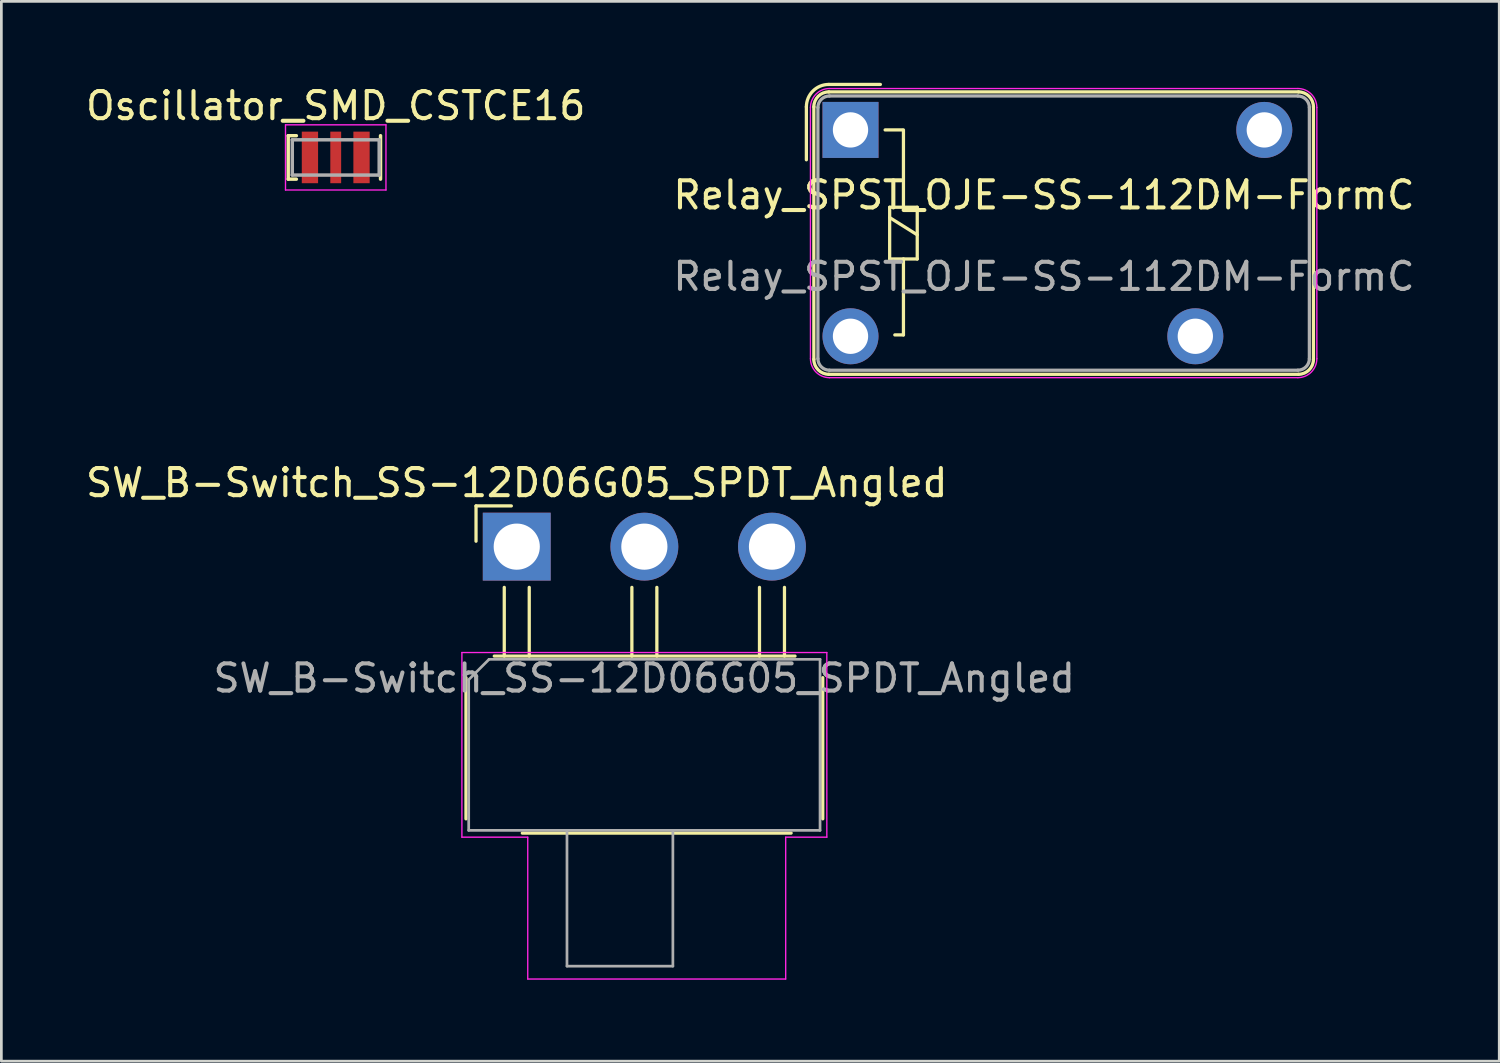
<source format=kicad_pcb>
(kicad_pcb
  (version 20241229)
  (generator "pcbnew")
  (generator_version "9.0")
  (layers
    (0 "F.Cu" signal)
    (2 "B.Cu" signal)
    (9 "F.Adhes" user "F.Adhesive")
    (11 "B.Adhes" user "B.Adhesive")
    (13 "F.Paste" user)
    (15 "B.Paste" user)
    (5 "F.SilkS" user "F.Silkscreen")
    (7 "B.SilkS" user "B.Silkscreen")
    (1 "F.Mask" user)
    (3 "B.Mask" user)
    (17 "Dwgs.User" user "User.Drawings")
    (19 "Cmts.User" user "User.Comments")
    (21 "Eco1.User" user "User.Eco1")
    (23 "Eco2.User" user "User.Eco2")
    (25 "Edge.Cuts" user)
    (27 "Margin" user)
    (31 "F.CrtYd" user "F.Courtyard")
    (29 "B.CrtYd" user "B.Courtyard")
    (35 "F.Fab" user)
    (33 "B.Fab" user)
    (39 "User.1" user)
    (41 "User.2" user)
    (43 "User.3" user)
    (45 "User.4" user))
  (footprint "Oscillator_SMD_CSTCE16"
    (layer "F.Cu")
    (at 9.315 2.748)
    (property "Reference" "Oscillator_SMD_CSTCE16" (at 0 -1.9 0) (layer "F.SilkS") (effects (font (size 1 1) (thickness 0.15))))
    (attr smd)
    (fp_line (start -1.75 0.8) (end -1.75 -0.8) (stroke (width 0.127) (type solid)) (layer "F.SilkS"))
    (fp_line (start -1.75 0.8) (end -1.45 0.8) (stroke (width 0.127) (type solid)) (layer "F.SilkS"))
    (fp_line (start -1.45 -0.8) (end -1.75 -0.8) (stroke (width 0.127) (type solid)) (layer "F.SilkS"))
    (fp_line (start 1.65 -0.8) (end 1.65 0.8) (stroke (width 0.127) (type solid)) (layer "F.SilkS"))
    (fp_line (start -1.85 -1.2) (end 1.85 -1.2) (stroke (width 0.05) (type solid)) (layer "F.CrtYd"))
    (fp_line (start -1.85 1.2) (end -1.85 -1.2) (stroke (width 0.05) (type solid)) (layer "F.CrtYd"))
    (fp_line (start 1.85 -1.2) (end 1.85 1.2) (stroke (width 0.05) (type solid)) (layer "F.CrtYd"))
    (fp_line (start 1.85 1.2) (end -1.85 1.2) (stroke (width 0.05) (type solid)) (layer "F.CrtYd"))
    (fp_line (start -1.6 -0.65) (end 1.6 -0.65) (stroke (width 0.127) (type solid)) (layer "F.Fab"))
    (fp_line (start -1.6 0.65) (end -1.6 -0.65) (stroke (width 0.127) (type solid)) (layer "F.Fab"))
    (fp_line (start 1.6 -0.65) (end 1.6 0.65) (stroke (width 0.127) (type solid)) (layer "F.Fab"))
    (fp_line (start 1.6 0.65) (end -1.6 0.65) (stroke (width 0.127) (type solid)) (layer "F.Fab"))
    (pad "1" smd rect (at -0.95 0) (size 0.6 1.9) (layers "F.Cu" "F.Mask" "F.Paste"))
    (pad "2" smd rect (at 0 0) (size 0.4 1.9) (layers "F.Cu" "F.Mask" "F.Paste"))
    (pad "3" smd rect (at 0.95 0) (size 0.6 1.9) (layers "F.Cu" "F.Mask" "F.Paste")))
  (footprint "Relay_SPST_OJE-SS-112DM-FormC"
    (layer "F.Cu")
    (at 28.274 1.735)
    (property "Reference" "Relay_SPST_OJE-SS-112DM-FormC" (at 7.125 2.4 0) (unlocked yes) (layer "F.SilkS") (effects (font (size 1 1) (thickness 0.15))))
    (attr through_hole)
    (fp_line (start -1.625 1.1) (end -1.625 -0.85) (stroke (width 0.12) (type solid)) (layer "F.SilkS"))
    (fp_line (start -1.35 -0.85) (end -1.35 8.45) (stroke (width 0.12) (type default)) (layer "F.SilkS"))
    (fp_line (start -0.8 -1.675) (end 1.1 -1.675) (stroke (width 0.12) (type solid)) (layer "F.SilkS"))
    (fp_line (start -0.8 -1.4) (end 16.5 -1.4) (stroke (width 0.12) (type default)) (layer "F.SilkS"))
    (fp_line (start -0.8 9) (end 16.5 9) (stroke (width 0.12) (type default)) (layer "F.SilkS"))
    (fp_line (start 1.275 0) (end 1.91 0) (stroke (width 0.12) (type solid)) (layer "F.SilkS"))
    (fp_line (start 1.442 2.848) (end 1.442 4.753) (stroke (width 0.12) (type solid)) (layer "F.SilkS"))
    (fp_line (start 1.442 2.848) (end 2.458 2.848) (stroke (width 0.12) (type solid)) (layer "F.SilkS"))
    (fp_line (start 1.442 3.228) (end 2.458 3.864) (stroke (width 0.12) (type solid)) (layer "F.SilkS"))
    (fp_line (start 1.442 4.753) (end 2.458 4.753) (stroke (width 0.12) (type solid)) (layer "F.SilkS"))
    (fp_line (start 1.632 7.55) (end 1.95 7.55) (stroke (width 0.12) (type solid)) (layer "F.SilkS"))
    (fp_line (start 1.95 0) (end 1.95 2.848) (stroke (width 0.12) (type solid)) (layer "F.SilkS"))
    (fp_line (start 1.95 7.55) (end 1.95 4.75) (stroke (width 0.12) (type solid)) (layer "F.SilkS"))
    (fp_line (start 2.458 4.753) (end 2.458 2.848) (stroke (width 0.12) (type solid)) (layer "F.SilkS"))
    (fp_line (start 17.05 -0.85) (end 17.05 8.45) (stroke (width 0.12) (type default)) (layer "F.SilkS"))
    (fp_arc (start -1.624637 -0.849999) (mid -1.383 -1.433363) (end -0.799636 -1.675) (stroke (width 0.12) (type default)) (layer "F.SilkS"))
    (fp_arc (start -1.35 -0.85) (mid -1.188802 -1.239165) (end -0.799637 -1.400363) (stroke (width 0.12) (type default)) (layer "F.SilkS"))
    (fp_arc (start -0.8 9) (mid -1.189165 8.838802) (end -1.350363 8.449637) (stroke (width 0.12) (type default)) (layer "F.SilkS"))
    (fp_arc (start 16.5 -1.4) (mid 16.88865 -1.238767) (end 17.0496 -0.85) (stroke (width 0.12) (type default)) (layer "F.SilkS"))
    (fp_arc (start 17.05 8.45) (mid 16.888802 8.839165) (end 16.499637 9.000363) (stroke (width 0.12) (type default)) (layer "F.SilkS"))
    (fp_line (start -1.475 -0.825) (end -1.475 8.425) (stroke (width 0.05) (type default)) (layer "F.CrtYd"))
    (fp_line (start -0.775 -1.525) (end 16.475 -1.525) (stroke (width 0.05) (type default)) (layer "F.CrtYd"))
    (fp_line (start -0.775 9.125) (end 16.475 9.125) (stroke (width 0.05) (type default)) (layer "F.CrtYd"))
    (fp_line (start 17.175 -0.825) (end 17.175 8.425) (stroke (width 0.05) (type default)) (layer "F.CrtYd"))
    (fp_arc (start -1.475 -0.825) (mid -1.269975 -1.319975) (end -0.775 -1.525) (stroke (width 0.05) (type default)) (layer "F.CrtYd"))
    (fp_arc (start -0.775 9.125) (mid -1.269975 8.919975) (end -1.475 8.425) (stroke (width 0.05) (type default)) (layer "F.CrtYd"))
    (fp_arc (start 16.475 -1.525) (mid 16.969975 -1.319975) (end 17.175 -0.825) (stroke (width 0.05) (type default)) (layer "F.CrtYd"))
    (fp_arc (start 17.175 8.425) (mid 16.969975 8.919975) (end 16.475 9.125) (stroke (width 0.05) (type default)) (layer "F.CrtYd"))
    (fp_line (start -1.2 -0.825) (end -1.2 8.425) (stroke (width 0.12) (type default)) (layer "F.Fab"))
    (fp_line (start -0.775 -1.25) (end 16.475 -1.25) (stroke (width 0.12) (type default)) (layer "F.Fab"))
    (fp_line (start -0.775 8.85) (end 16.475 8.85) (stroke (width 0.12) (type default)) (layer "F.Fab"))
    (fp_line (start 16.9 -0.825) (end 16.9 8.425) (stroke (width 0.12) (type default)) (layer "F.Fab"))
    (fp_arc (start -1.2 -0.825) (mid -1.07552 -1.12552) (end -0.775 -1.25) (stroke (width 0.12) (type default)) (layer "F.Fab"))
    (fp_arc (start -0.775 8.85) (mid -1.07552 8.72552) (end -1.2 8.425) (stroke (width 0.12) (type default)) (layer "F.Fab"))
    (fp_arc (start 16.475 -1.25) (mid 16.77552 -1.12552) (end 16.9 -0.825) (stroke (width 0.12) (type default)) (layer "F.Fab"))
    (fp_arc (start 16.9 8.425) (mid 16.77552 8.72552) (end 16.475 8.85) (stroke (width 0.12) (type default)) (layer "F.Fab"))
    (fp_text user "${REFERENCE}" (at 7.125 5.4 0) (unlocked yes) (layer "F.Fab") (effects (font (size 1 1) (thickness 0.15))))
    (pad "1" thru_hole rect (at 0 0) (size 2.062 2.062) (drill 1.3) (layers "*.Cu" "*.Mask"))
    (pad "2" thru_hole circle (at 0 7.6) (size 2.062 2.062) (drill 1.3) (layers "*.Cu" "*.Mask"))
    (pad "3" thru_hole circle (at 15.24 0) (size 2.062 2.062) (drill 1.3) (layers "*.Cu" "*.Mask"))
    (pad "4" thru_hole circle (at 12.7 7.6) (size 2.062 2.062) (drill 1.3) (layers "*.Cu" "*.Mask")))
  (footprint "SW_B-Switch_SS-12D06G05_SPDT_Angled"
    (layer "F.Cu")
    (at 15.982 17.083)
    (property "Reference" "SW_B-Switch_SS-12D06G05_SPDT_Angled" (at 0 -2.35 0) (unlocked yes) (layer "F.SilkS") (effects (font (size 1 1) (thickness 0.15))))
    (attr through_hole)
    (fp_line (start -1.87 10.025) (end -1.87 4.825) (stroke (width 0.12) (type solid)) (layer "F.SilkS"))
    (fp_line (start -1.5 -1.5) (end -0.2 -1.5) (stroke (width 0.12) (type solid)) (layer "F.SilkS"))
    (fp_line (start -1.5 -0.2) (end -1.5 -1.5) (stroke (width 0.12) (type solid)) (layer "F.SilkS"))
    (fp_line (start -0.828 4.03) (end 10.248 4.03) (stroke (width 0.12) (type solid)) (layer "F.SilkS"))
    (fp_line (start -0.46 4.03) (end -0.46 1.5) (stroke (width 0.12) (type solid)) (layer "F.SilkS"))
    (fp_line (start 0.46 4.03) (end 0.46 1.5) (stroke (width 0.12) (type solid)) (layer "F.SilkS"))
    (fp_line (start 4.24 4.03) (end 4.24 1.5) (stroke (width 0.12) (type solid)) (layer "F.SilkS"))
    (fp_line (start 5.16 4.03) (end 5.16 1.5) (stroke (width 0.12) (type solid)) (layer "F.SilkS"))
    (fp_line (start 8.94 4.03) (end 8.94 1.5) (stroke (width 0.12) (type solid)) (layer "F.SilkS"))
    (fp_line (start 9.86 4.03) (end 9.86 1.5) (stroke (width 0.12) (type solid)) (layer "F.SilkS"))
    (fp_line (start 10.105 10.55) (end 0.205 10.55) (stroke (width 0.12) (type solid)) (layer "F.SilkS"))
    (fp_line (start 11.27 4.825) (end 11.27 10.025) (stroke (width 0.12) (type solid)) (layer "F.SilkS"))
    (fp_line (start -2.02 3.9) (end 11.42 3.9) (stroke (width 0.05) (type solid)) (layer "F.CrtYd"))
    (fp_line (start -2.02 10.7) (end -2.02 3.9) (stroke (width 0.05) (type solid)) (layer "F.CrtYd"))
    (fp_line (start 0.405 10.7) (end -2.02 10.7) (stroke (width 0.05) (type solid)) (layer "F.CrtYd"))
    (fp_line (start 0.405 15.925) (end 0.405 10.7) (stroke (width 0.05) (type solid)) (layer "F.CrtYd"))
    (fp_line (start 9.905 10.7) (end 9.905 15.925) (stroke (width 0.05) (type solid)) (layer "F.CrtYd"))
    (fp_line (start 9.905 15.925) (end 0.405 15.925) (stroke (width 0.05) (type solid)) (layer "F.CrtYd"))
    (fp_line (start 11.42 3.9) (end 11.42 10.7) (stroke (width 0.05) (type solid)) (layer "F.CrtYd"))
    (fp_line (start 11.42 10.7) (end 9.905 10.7) (stroke (width 0.05) (type solid)) (layer "F.CrtYd"))
    (fp_line (start -1.77 10.45) (end -1.77 4.9) (stroke (width 0.1) (type solid)) (layer "F.Fab"))
    (fp_line (start -1.02 4.15) (end -1.77 4.9) (stroke (width 0.1) (type solid)) (layer "F.Fab"))
    (fp_line (start -1.02 4.15) (end 11.17 4.15) (stroke (width 0.1) (type solid)) (layer "F.Fab"))
    (fp_line (start 1.85 10.45) (end 1.85 15.45) (stroke (width 0.1) (type solid)) (layer "F.Fab"))
    (fp_line (start 5.75 10.45) (end 5.75 15.45) (stroke (width 0.1) (type solid)) (layer "F.Fab"))
    (fp_line (start 5.75 15.45) (end 1.85 15.45) (stroke (width 0.1) (type solid)) (layer "F.Fab"))
    (fp_line (start 11.17 4.15) (end 11.17 10.45) (stroke (width 0.1) (type solid)) (layer "F.Fab"))
    (fp_line (start 11.17 10.45) (end -1.77 10.45) (stroke (width 0.1) (type solid)) (layer "F.Fab"))
    (fp_text user "${REFERENCE}" (at 4.695 4.845 0) (unlocked yes) (layer "F.Fab") (effects (font (size 1 1) (thickness 0.15))))
    (pad "1" thru_hole rect (at 0 0) (size 2.5 2.5) (drill 1.7) (layers "*.Cu" "*.Mask"))
    (pad "2" thru_hole circle (at 4.7 0) (size 2.5 2.5) (drill 1.7) (layers "*.Cu" "*.Mask"))
    (pad "3" thru_hole circle (at 9.4 0) (size 2.5 2.5) (drill 1.7) (layers "*.Cu" "*.Mask")))
  (gr_rect
    (start -3 -3)
    (end 52.167 36.033)
    (stroke (width 0.1) (type default))
    (fill no)
    (layer "Edge.Cuts")))
</source>
